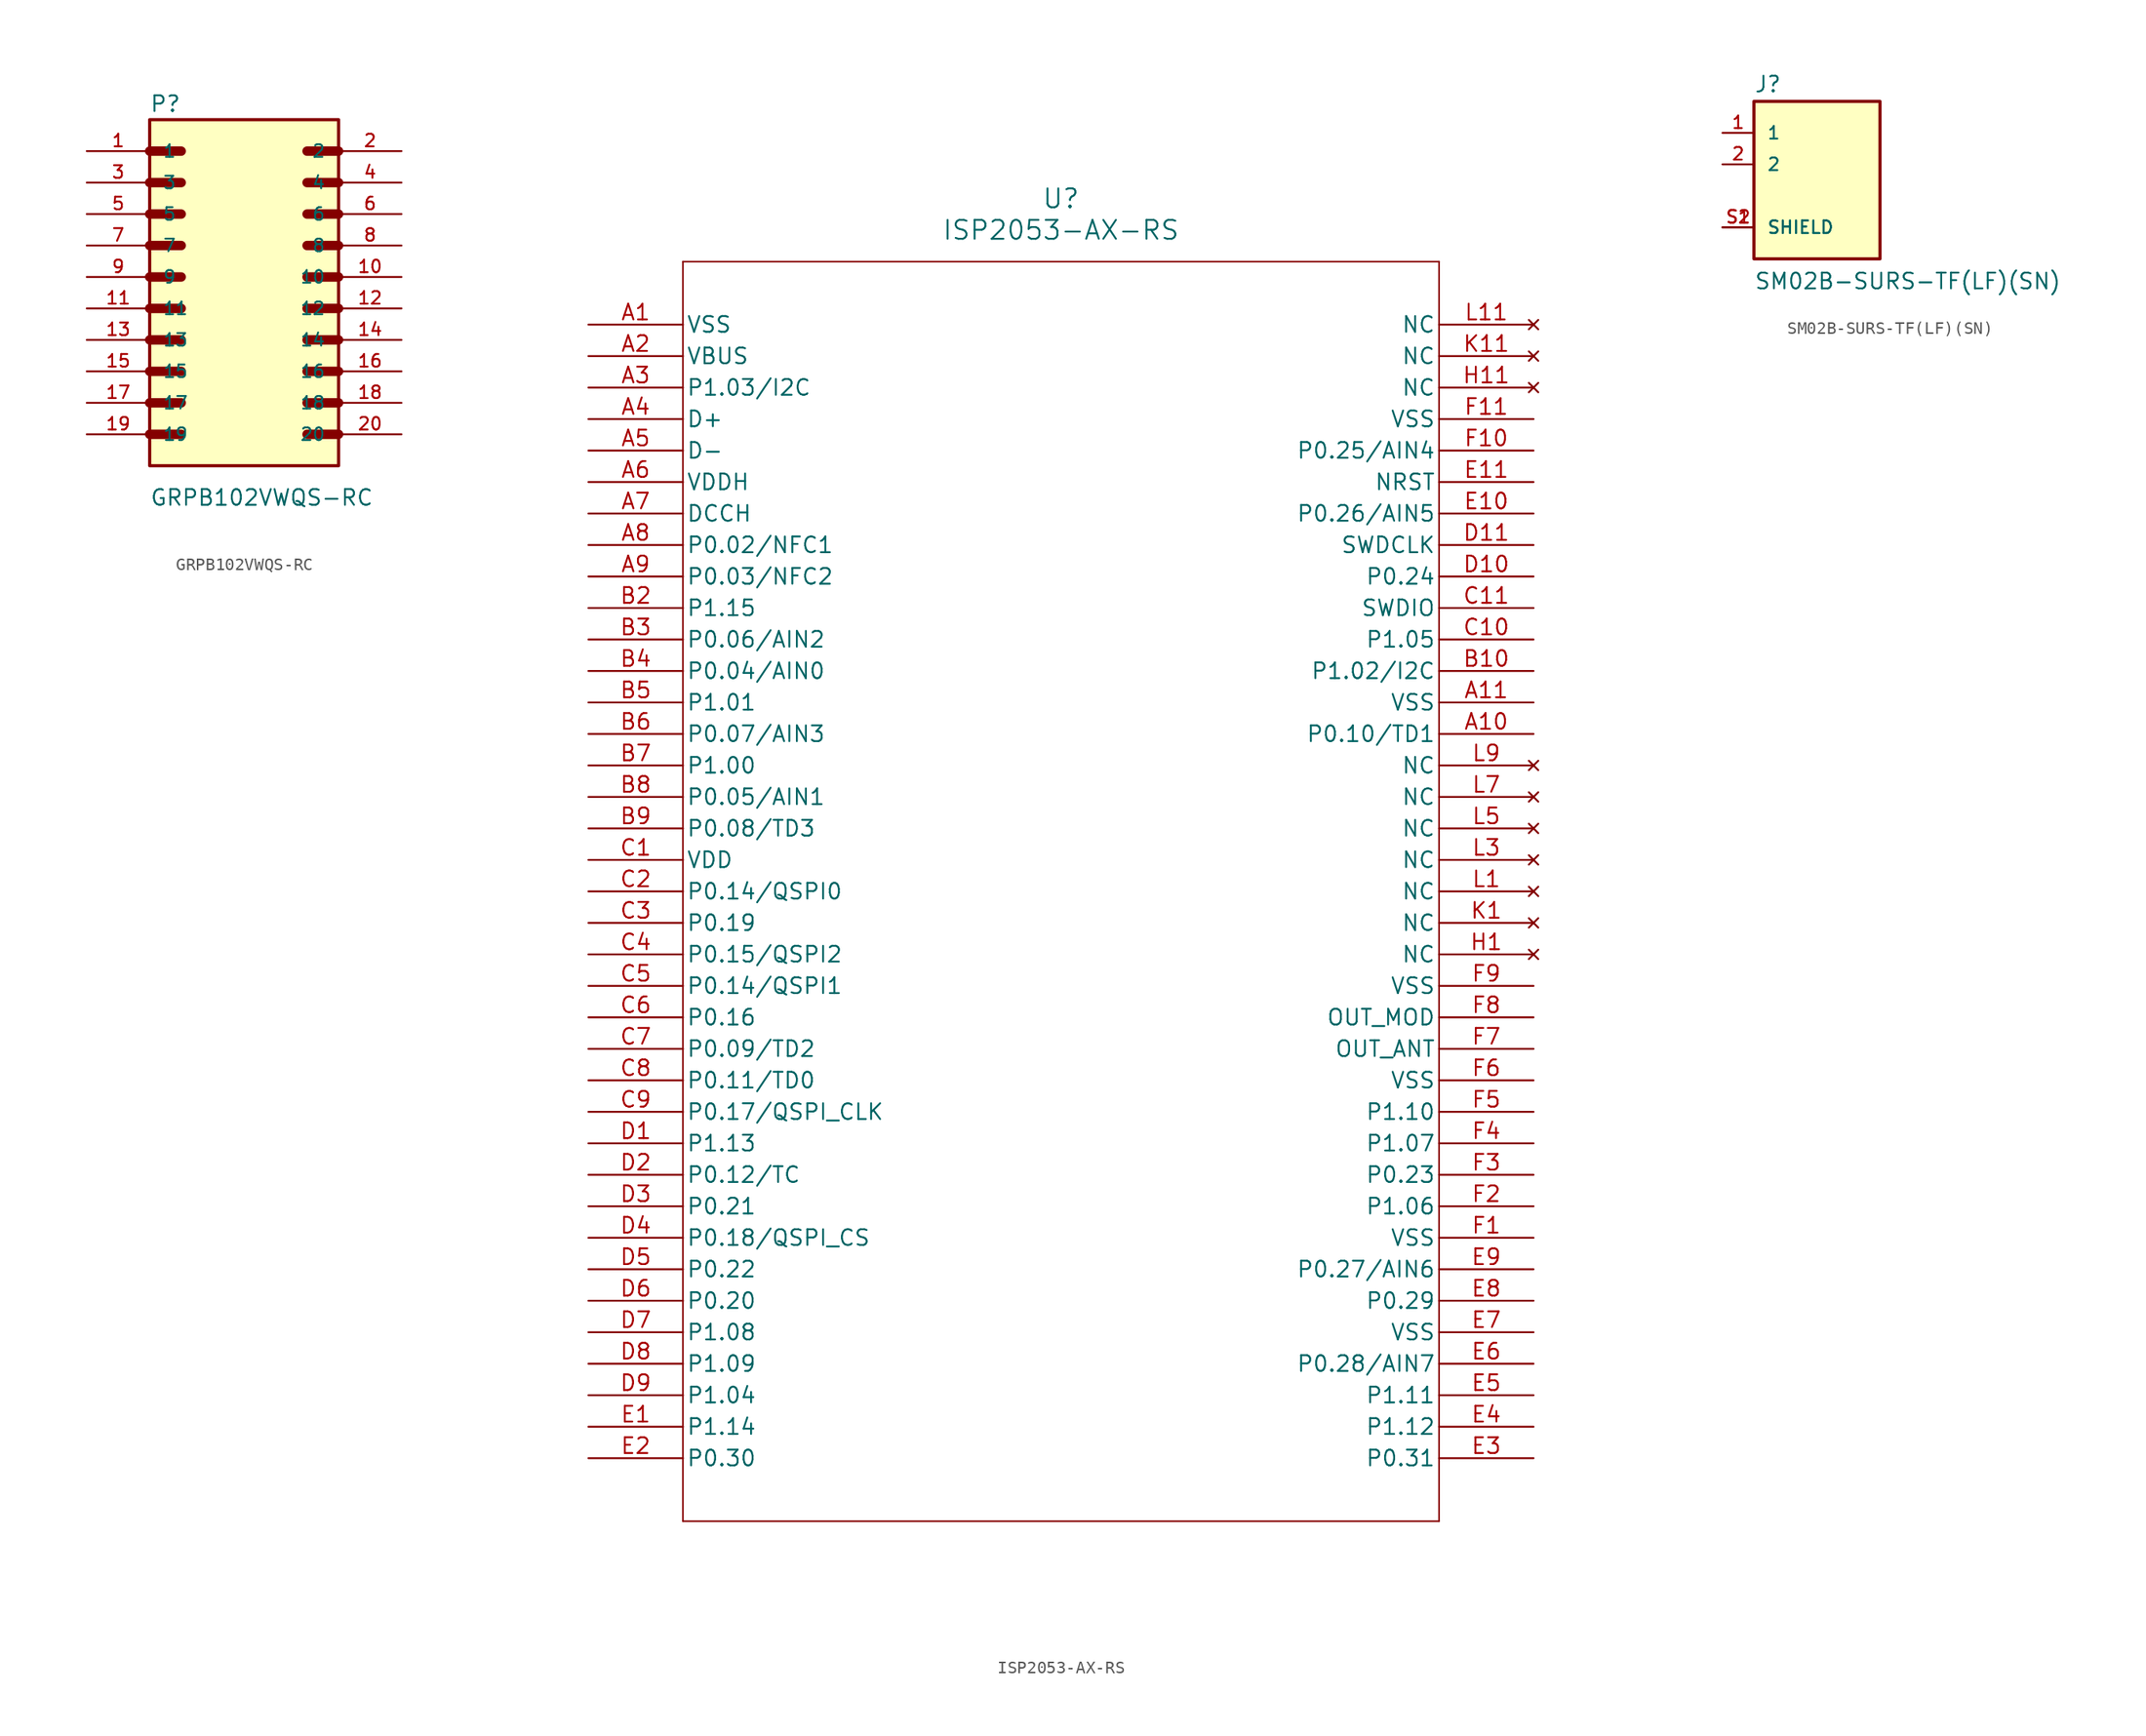
<source format=kicad_sym>
(kicad_symbol_lib
  (version 20220914)
  (generator kicad_symbol_editor)
  (symbol "GRPB102VWQS-RC"
    (pin_names
      (offset 1.016))
    (property "Reference" "P"
      (at -7.635 13.233 0)
      (effects (font (size 1.27 1.27)) (justify left bottom)))
    (property "Value" "GRPB102VWQS-RC"
      (at -7.625 -18.555 0)
      (effects (font (size 1.27 1.27)) (justify left bottom)))
    (symbol "GRPB102VWQS-RC_0_0"
      (rectangle (start -7.62 -15.24) (end 7.62 12.7) (stroke (width 0.254) (type default)) (fill (type background)))
      (polyline (pts (xy -7.62 -12.7) (xy -5.08 -12.7)) (stroke (width 0.762) (type default)) (fill (type none)))
      (polyline (pts (xy -7.62 -10.16) (xy -5.08 -10.16)) (stroke (width 0.762) (type default)) (fill (type none)))
      (polyline (pts (xy -7.62 -7.62) (xy -5.08 -7.62)) (stroke (width 0.762) (type default)) (fill (type none)))
      (polyline (pts (xy -7.62 -5.08) (xy -5.08 -5.08)) (stroke (width 0.762) (type default)) (fill (type none)))
      (polyline (pts (xy -7.62 -2.54) (xy -5.08 -2.54)) (stroke (width 0.762) (type default)) (fill (type none)))
      (polyline (pts (xy -7.62 0) (xy -5.08 0)) (stroke (width 0.762) (type default)) (fill (type none)))
      (polyline (pts (xy -7.62 2.54) (xy -5.08 2.54)) (stroke (width 0.762) (type default)) (fill (type none)))
      (polyline (pts (xy -7.62 5.08) (xy -5.08 5.08)) (stroke (width 0.762) (type default)) (fill (type none)))
      (polyline (pts (xy -7.62 7.62) (xy -5.08 7.62)) (stroke (width 0.762) (type default)) (fill (type none)))
      (polyline (pts (xy -7.62 10.16) (xy -5.08 10.16)) (stroke (width 0.762) (type default)) (fill (type none)))
      (polyline (pts (xy 5.08 -12.7) (xy 7.62 -12.7)) (stroke (width 0.762) (type default)) (fill (type none)))
      (polyline (pts (xy 5.08 -10.16) (xy 7.62 -10.16)) (stroke (width 0.762) (type default)) (fill (type none)))
      (polyline (pts (xy 5.08 -7.62) (xy 7.62 -7.62)) (stroke (width 0.762) (type default)) (fill (type none)))
      (polyline (pts (xy 5.08 -5.08) (xy 7.62 -5.08)) (stroke (width 0.762) (type default)) (fill (type none)))
      (polyline (pts (xy 5.08 -2.54) (xy 7.62 -2.54)) (stroke (width 0.762) (type default)) (fill (type none)))
      (polyline (pts (xy 5.08 0) (xy 7.62 0)) (stroke (width 0.762) (type default)) (fill (type none)))
      (polyline (pts (xy 5.08 2.54) (xy 7.62 2.54)) (stroke (width 0.762) (type default)) (fill (type none)))
      (polyline (pts (xy 5.08 5.08) (xy 7.62 5.08)) (stroke (width 0.762) (type default)) (fill (type none)))
      (polyline (pts (xy 5.08 7.62) (xy 7.62 7.62)) (stroke (width 0.762) (type default)) (fill (type none)))
      (polyline (pts (xy 5.08 10.16) (xy 7.62 10.16)) (stroke (width 0.762) (type default)) (fill (type none)))
      (pin passive line (at -12.7 10.16 0) (length 5.08) (name "1" (effects (font (size 1.016 1.016)))) (number "1" (effects (font (size 1.016 1.016)))))
      (pin passive line (at 12.7 0 180) (length 5.08) (name "10" (effects (font (size 1.016 1.016)))) (number "10" (effects (font (size 1.016 1.016)))))
      (pin passive line (at -12.7 -2.54 0) (length 5.08) (name "11" (effects (font (size 1.016 1.016)))) (number "11" (effects (font (size 1.016 1.016)))))
      (pin passive line (at 12.7 -2.54 180) (length 5.08) (name "12" (effects (font (size 1.016 1.016)))) (number "12" (effects (font (size 1.016 1.016)))))
      (pin passive line (at -12.7 -5.08 0) (length 5.08) (name "13" (effects (font (size 1.016 1.016)))) (number "13" (effects (font (size 1.016 1.016)))))
      (pin passive line (at 12.7 -5.08 180) (length 5.08) (name "14" (effects (font (size 1.016 1.016)))) (number "14" (effects (font (size 1.016 1.016)))))
      (pin passive line (at -12.7 -7.62 0) (length 5.08) (name "15" (effects (font (size 1.016 1.016)))) (number "15" (effects (font (size 1.016 1.016)))))
      (pin passive line (at 12.7 -7.62 180) (length 5.08) (name "16" (effects (font (size 1.016 1.016)))) (number "16" (effects (font (size 1.016 1.016)))))
      (pin passive line (at -12.7 -10.16 0) (length 5.08) (name "17" (effects (font (size 1.016 1.016)))) (number "17" (effects (font (size 1.016 1.016)))))
      (pin passive line (at 12.7 -10.16 180) (length 5.08) (name "18" (effects (font (size 1.016 1.016)))) (number "18" (effects (font (size 1.016 1.016)))))
      (pin passive line (at -12.7 -12.7 0) (length 5.08) (name "19" (effects (font (size 1.016 1.016)))) (number "19" (effects (font (size 1.016 1.016)))))
      (pin passive line (at 12.7 10.16 180) (length 5.08) (name "2" (effects (font (size 1.016 1.016)))) (number "2" (effects (font (size 1.016 1.016)))))
      (pin passive line (at 12.7 -12.7 180) (length 5.08) (name "20" (effects (font (size 1.016 1.016)))) (number "20" (effects (font (size 1.016 1.016)))))
      (pin passive line (at -12.7 7.62 0) (length 5.08) (name "3" (effects (font (size 1.016 1.016)))) (number "3" (effects (font (size 1.016 1.016)))))
      (pin passive line (at 12.7 7.62 180) (length 5.08) (name "4" (effects (font (size 1.016 1.016)))) (number "4" (effects (font (size 1.016 1.016)))))
      (pin passive line (at -12.7 5.08 0) (length 5.08) (name "5" (effects (font (size 1.016 1.016)))) (number "5" (effects (font (size 1.016 1.016)))))
      (pin passive line (at 12.7 5.08 180) (length 5.08) (name "6" (effects (font (size 1.016 1.016)))) (number "6" (effects (font (size 1.016 1.016)))))
      (pin passive line (at -12.7 2.54 0) (length 5.08) (name "7" (effects (font (size 1.016 1.016)))) (number "7" (effects (font (size 1.016 1.016)))))
      (pin passive line (at 12.7 2.54 180) (length 5.08) (name "8" (effects (font (size 1.016 1.016)))) (number "8" (effects (font (size 1.016 1.016)))))
      (pin passive line (at -12.7 0 0) (length 5.08) (name "9" (effects (font (size 1.016 1.016)))) (number "9" (effects (font (size 1.016 1.016)))))))
  (symbol "ISP2053-AX-RS"
    (pin_names
      (offset 0.254))
    (property "Reference" "U"
      (at 38.1 10.16 0)
      (effects (font (size 1.524 1.524))))
    (property "Value" "ISP2053-AX-RS"
      (at 38.1 7.62 0)
      (effects (font (size 1.524 1.524))))
    (property "ki_locked" ""
      (at 0 0 0)
      (effects (font (size 1.27 1.27))))
    (symbol "ISP2053-AX-RS_0_1"
      (polyline (pts (xy 7.62 -96.52) (xy 68.58 -96.52)) (stroke (width 0.127) (type default)) (fill (type none)))
      (polyline (pts (xy 7.62 5.08) (xy 7.62 -96.52)) (stroke (width 0.127) (type default)) (fill (type none)))
      (polyline (pts (xy 68.58 -96.52) (xy 68.58 5.08)) (stroke (width 0.127) (type default)) (fill (type none)))
      (polyline (pts (xy 68.58 5.08) (xy 7.62 5.08)) (stroke (width 0.127) (type default)) (fill (type none)))
      (pin power_out line (at 0 0 0) (length 7.62) (name "VSS" (effects (font (size 1.27 1.27)))) (number "A1" (effects (font (size 1.27 1.27)))))
      (pin bidirectional line (at 76.2 -33.02 180) (length 7.62) (name "P0.10/TD1" (effects (font (size 1.27 1.27)))) (number "A10" (effects (font (size 1.27 1.27)))))
      (pin power_out line (at 76.2 -30.48 180) (length 7.62) (name "VSS" (effects (font (size 1.27 1.27)))) (number "A11" (effects (font (size 1.27 1.27)))))
      (pin power_in line (at 0 -2.54 0) (length 7.62) (name "VBUS" (effects (font (size 1.27 1.27)))) (number "A2" (effects (font (size 1.27 1.27)))))
      (pin bidirectional line (at 0 -5.08 0) (length 7.62) (name "P1.03/I2C" (effects (font (size 1.27 1.27)))) (number "A3" (effects (font (size 1.27 1.27)))))
      (pin bidirectional line (at 0 -7.62 0) (length 7.62) (name "D+" (effects (font (size 1.27 1.27)))) (number "A4" (effects (font (size 1.27 1.27)))))
      (pin bidirectional line (at 0 -10.16 0) (length 7.62) (name "D-" (effects (font (size 1.27 1.27)))) (number "A5" (effects (font (size 1.27 1.27)))))
      (pin power_in line (at 0 -12.7 0) (length 7.62) (name "VDDH" (effects (font (size 1.27 1.27)))) (number "A6" (effects (font (size 1.27 1.27)))))
      (pin power_in line (at 0 -15.24 0) (length 7.62) (name "DCCH" (effects (font (size 1.27 1.27)))) (number "A7" (effects (font (size 1.27 1.27)))))
      (pin bidirectional line (at 0 -17.78 0) (length 7.62) (name "P0.02/NFC1" (effects (font (size 1.27 1.27)))) (number "A8" (effects (font (size 1.27 1.27)))))
      (pin bidirectional line (at 0 -20.32 0) (length 7.62) (name "P0.03/NFC2" (effects (font (size 1.27 1.27)))) (number "A9" (effects (font (size 1.27 1.27)))))
      (pin bidirectional line (at 76.2 -27.94 180) (length 7.62) (name "P1.02/I2C" (effects (font (size 1.27 1.27)))) (number "B10" (effects (font (size 1.27 1.27)))))
      (pin bidirectional line (at 0 -22.86 0) (length 7.62) (name "P1.15" (effects (font (size 1.27 1.27)))) (number "B2" (effects (font (size 1.27 1.27)))))
      (pin bidirectional line (at 0 -25.4 0) (length 7.62) (name "P0.06/AIN2" (effects (font (size 1.27 1.27)))) (number "B3" (effects (font (size 1.27 1.27)))))
      (pin bidirectional line (at 0 -27.94 0) (length 7.62) (name "P0.04/AIN0" (effects (font (size 1.27 1.27)))) (number "B4" (effects (font (size 1.27 1.27)))))
      (pin bidirectional line (at 0 -30.48 0) (length 7.62) (name "P1.01" (effects (font (size 1.27 1.27)))) (number "B5" (effects (font (size 1.27 1.27)))))
      (pin bidirectional line (at 0 -33.02 0) (length 7.62) (name "P0.07/AIN3" (effects (font (size 1.27 1.27)))) (number "B6" (effects (font (size 1.27 1.27)))))
      (pin bidirectional line (at 0 -35.56 0) (length 7.62) (name "P1.00" (effects (font (size 1.27 1.27)))) (number "B7" (effects (font (size 1.27 1.27)))))
      (pin bidirectional line (at 0 -38.1 0) (length 7.62) (name "P0.05/AIN1" (effects (font (size 1.27 1.27)))) (number "B8" (effects (font (size 1.27 1.27)))))
      (pin bidirectional line (at 0 -40.64 0) (length 7.62) (name "P0.08/TD3" (effects (font (size 1.27 1.27)))) (number "B9" (effects (font (size 1.27 1.27)))))
      (pin power_in line (at 0 -43.18 0) (length 7.62) (name "VDD" (effects (font (size 1.27 1.27)))) (number "C1" (effects (font (size 1.27 1.27)))))
      (pin bidirectional line (at 76.2 -25.4 180) (length 7.62) (name "P1.05" (effects (font (size 1.27 1.27)))) (number "C10" (effects (font (size 1.27 1.27)))))
      (pin bidirectional line (at 76.2 -22.86 180) (length 7.62) (name "SWDIO" (effects (font (size 1.27 1.27)))) (number "C11" (effects (font (size 1.27 1.27)))))
      (pin bidirectional line (at 0 -45.72 0) (length 7.62) (name "P0.14/QSPI0" (effects (font (size 1.27 1.27)))) (number "C2" (effects (font (size 1.27 1.27)))))
      (pin bidirectional line (at 0 -48.26 0) (length 7.62) (name "P0.19" (effects (font (size 1.27 1.27)))) (number "C3" (effects (font (size 1.27 1.27)))))
      (pin bidirectional line (at 0 -50.8 0) (length 7.62) (name "P0.15/QSPI2" (effects (font (size 1.27 1.27)))) (number "C4" (effects (font (size 1.27 1.27)))))
      (pin bidirectional line (at 0 -53.34 0) (length 7.62) (name "P0.14/QSPI1" (effects (font (size 1.27 1.27)))) (number "C5" (effects (font (size 1.27 1.27)))))
      (pin bidirectional line (at 0 -55.88 0) (length 7.62) (name "P0.16" (effects (font (size 1.27 1.27)))) (number "C6" (effects (font (size 1.27 1.27)))))
      (pin bidirectional line (at 0 -58.42 0) (length 7.62) (name "P0.09/TD2" (effects (font (size 1.27 1.27)))) (number "C7" (effects (font (size 1.27 1.27)))))
      (pin bidirectional line (at 0 -60.96 0) (length 7.62) (name "P0.11/TD0" (effects (font (size 1.27 1.27)))) (number "C8" (effects (font (size 1.27 1.27)))))
      (pin bidirectional line (at 0 -63.5 0) (length 7.62) (name "P0.17/QSPI_CLK" (effects (font (size 1.27 1.27)))) (number "C9" (effects (font (size 1.27 1.27)))))
      (pin bidirectional line (at 0 -66.04 0) (length 7.62) (name "P1.13" (effects (font (size 1.27 1.27)))) (number "D1" (effects (font (size 1.27 1.27)))))
      (pin bidirectional line (at 76.2 -20.32 180) (length 7.62) (name "P0.24" (effects (font (size 1.27 1.27)))) (number "D10" (effects (font (size 1.27 1.27)))))
      (pin input line (at 76.2 -17.78 180) (length 7.62) (name "SWDCLK" (effects (font (size 1.27 1.27)))) (number "D11" (effects (font (size 1.27 1.27)))))
      (pin bidirectional line (at 0 -68.58 0) (length 7.62) (name "P0.12/TC" (effects (font (size 1.27 1.27)))) (number "D2" (effects (font (size 1.27 1.27)))))
      (pin bidirectional line (at 0 -71.12 0) (length 7.62) (name "P0.21" (effects (font (size 1.27 1.27)))) (number "D3" (effects (font (size 1.27 1.27)))))
      (pin bidirectional line (at 0 -73.66 0) (length 7.62) (name "P0.18/QSPI_CS" (effects (font (size 1.27 1.27)))) (number "D4" (effects (font (size 1.27 1.27)))))
      (pin bidirectional line (at 0 -76.2 0) (length 7.62) (name "P0.22" (effects (font (size 1.27 1.27)))) (number "D5" (effects (font (size 1.27 1.27)))))
      (pin bidirectional line (at 0 -78.74 0) (length 7.62) (name "P0.20" (effects (font (size 1.27 1.27)))) (number "D6" (effects (font (size 1.27 1.27)))))
      (pin bidirectional line (at 0 -81.28 0) (length 7.62) (name "P1.08" (effects (font (size 1.27 1.27)))) (number "D7" (effects (font (size 1.27 1.27)))))
      (pin bidirectional line (at 0 -83.82 0) (length 7.62) (name "P1.09" (effects (font (size 1.27 1.27)))) (number "D8" (effects (font (size 1.27 1.27)))))
      (pin bidirectional line (at 0 -86.36 0) (length 7.62) (name "P1.04" (effects (font (size 1.27 1.27)))) (number "D9" (effects (font (size 1.27 1.27)))))
      (pin bidirectional line (at 0 -88.9 0) (length 7.62) (name "P1.14" (effects (font (size 1.27 1.27)))) (number "E1" (effects (font (size 1.27 1.27)))))
      (pin bidirectional line (at 76.2 -15.24 180) (length 7.62) (name "P0.26/AIN5" (effects (font (size 1.27 1.27)))) (number "E10" (effects (font (size 1.27 1.27)))))
      (pin unspecified line (at 76.2 -12.7 180) (length 7.62) (name "NRST" (effects (font (size 1.27 1.27)))) (number "E11" (effects (font (size 1.27 1.27)))))
      (pin bidirectional line (at 0 -91.44 0) (length 7.62) (name "P0.30" (effects (font (size 1.27 1.27)))) (number "E2" (effects (font (size 1.27 1.27)))))
      (pin bidirectional line (at 76.2 -91.44 180) (length 7.62) (name "P0.31" (effects (font (size 1.27 1.27)))) (number "E3" (effects (font (size 1.27 1.27)))))
      (pin bidirectional line (at 76.2 -88.9 180) (length 7.62) (name "P1.12" (effects (font (size 1.27 1.27)))) (number "E4" (effects (font (size 1.27 1.27)))))
      (pin bidirectional line (at 76.2 -86.36 180) (length 7.62) (name "P1.11" (effects (font (size 1.27 1.27)))) (number "E5" (effects (font (size 1.27 1.27)))))
      (pin bidirectional line (at 76.2 -83.82 180) (length 7.62) (name "P0.28/AIN7" (effects (font (size 1.27 1.27)))) (number "E6" (effects (font (size 1.27 1.27)))))
      (pin power_out line (at 76.2 -81.28 180) (length 7.62) (name "VSS" (effects (font (size 1.27 1.27)))) (number "E7" (effects (font (size 1.27 1.27)))))
      (pin bidirectional line (at 76.2 -78.74 180) (length 7.62) (name "P0.29" (effects (font (size 1.27 1.27)))) (number "E8" (effects (font (size 1.27 1.27)))))
      (pin bidirectional line (at 76.2 -76.2 180) (length 7.62) (name "P0.27/AIN6" (effects (font (size 1.27 1.27)))) (number "E9" (effects (font (size 1.27 1.27)))))
      (pin power_out line (at 76.2 -73.66 180) (length 7.62) (name "VSS" (effects (font (size 1.27 1.27)))) (number "F1" (effects (font (size 1.27 1.27)))))
      (pin bidirectional line (at 76.2 -10.16 180) (length 7.62) (name "P0.25/AIN4" (effects (font (size 1.27 1.27)))) (number "F10" (effects (font (size 1.27 1.27)))))
      (pin power_out line (at 76.2 -7.62 180) (length 7.62) (name "VSS" (effects (font (size 1.27 1.27)))) (number "F11" (effects (font (size 1.27 1.27)))))
      (pin bidirectional line (at 76.2 -71.12 180) (length 7.62) (name "P1.06" (effects (font (size 1.27 1.27)))) (number "F2" (effects (font (size 1.27 1.27)))))
      (pin bidirectional line (at 76.2 -68.58 180) (length 7.62) (name "P0.23" (effects (font (size 1.27 1.27)))) (number "F3" (effects (font (size 1.27 1.27)))))
      (pin bidirectional line (at 76.2 -66.04 180) (length 7.62) (name "P1.07" (effects (font (size 1.27 1.27)))) (number "F4" (effects (font (size 1.27 1.27)))))
      (pin bidirectional line (at 76.2 -63.5 180) (length 7.62) (name "P1.10" (effects (font (size 1.27 1.27)))) (number "F5" (effects (font (size 1.27 1.27)))))
      (pin power_out line (at 76.2 -60.96 180) (length 7.62) (name "VSS" (effects (font (size 1.27 1.27)))) (number "F6" (effects (font (size 1.27 1.27)))))
      (pin bidirectional line (at 76.2 -58.42 180) (length 7.62) (name "OUT_ANT" (effects (font (size 1.27 1.27)))) (number "F7" (effects (font (size 1.27 1.27)))))
      (pin bidirectional line (at 76.2 -55.88 180) (length 7.62) (name "OUT_MOD" (effects (font (size 1.27 1.27)))) (number "F8" (effects (font (size 1.27 1.27)))))
      (pin power_out line (at 76.2 -53.34 180) (length 7.62) (name "VSS" (effects (font (size 1.27 1.27)))) (number "F9" (effects (font (size 1.27 1.27)))))
      (pin no_connect line (at 76.2 -50.8 180) (length 7.62) (name "NC" (effects (font (size 1.27 1.27)))) (number "H1" (effects (font (size 1.27 1.27)))))
      (pin no_connect line (at 76.2 -5.08 180) (length 7.62) (name "NC" (effects (font (size 1.27 1.27)))) (number "H11" (effects (font (size 1.27 1.27)))))
      (pin no_connect line (at 76.2 -48.26 180) (length 7.62) (name "NC" (effects (font (size 1.27 1.27)))) (number "K1" (effects (font (size 1.27 1.27)))))
      (pin no_connect line (at 76.2 -2.54 180) (length 7.62) (name "NC" (effects (font (size 1.27 1.27)))) (number "K11" (effects (font (size 1.27 1.27)))))
      (pin no_connect line (at 76.2 -45.72 180) (length 7.62) (name "NC" (effects (font (size 1.27 1.27)))) (number "L1" (effects (font (size 1.27 1.27)))))
      (pin no_connect line (at 76.2 0 180) (length 7.62) (name "NC" (effects (font (size 1.27 1.27)))) (number "L11" (effects (font (size 1.27 1.27)))))
      (pin no_connect line (at 76.2 -43.18 180) (length 7.62) (name "NC" (effects (font (size 1.27 1.27)))) (number "L3" (effects (font (size 1.27 1.27)))))
      (pin no_connect line (at 76.2 -40.64 180) (length 7.62) (name "NC" (effects (font (size 1.27 1.27)))) (number "L5" (effects (font (size 1.27 1.27)))))
      (pin no_connect line (at 76.2 -38.1 180) (length 7.62) (name "NC" (effects (font (size 1.27 1.27)))) (number "L7" (effects (font (size 1.27 1.27)))))
      (pin no_connect line (at 76.2 -35.56 180) (length 7.62) (name "NC" (effects (font (size 1.27 1.27)))) (number "L9" (effects (font (size 1.27 1.27)))))))
  (symbol "SM02B-SURS-TF(LF)(SN)"
    (pin_names
      (offset 1.016))
    (property "Reference" "J"
      (at -5.08 5.716 0)
      (effects (font (size 1.27 1.27)) (justify left bottom)))
    (property "Value" "SM02B-SURS-TF(LF)(SN)"
      (at -5.082 -10.165 0)
      (effects (font (size 1.27 1.27)) (justify left bottom)))
    (symbol "SM02B-SURS-TF(LF)(SN)_0_0"
      (rectangle (start -5.08 -7.62) (end 5.08 5.08) (stroke (width 0.254) (type default)) (fill (type background)))
      (pin passive line (at -7.62 2.54 0) (length 2.54) (name "1" (effects (font (size 1.016 1.016)))) (number "1" (effects (font (size 1.016 1.016)))))
      (pin passive line (at -7.62 0 0) (length 2.54) (name "2" (effects (font (size 1.016 1.016)))) (number "2" (effects (font (size 1.016 1.016)))))
      (pin passive line (at -7.62 -5.08 0) (length 2.54) (name "SHIELD" (effects (font (size 1.016 1.016)))) (number "S1" (effects (font (size 1.016 1.016)))))
      (pin passive line (at -7.62 -5.08 0) (length 2.54) (name "SHIELD" (effects (font (size 1.016 1.016)))) (number "S2" (effects (font (size 1.016 1.016))))))))
</source>
